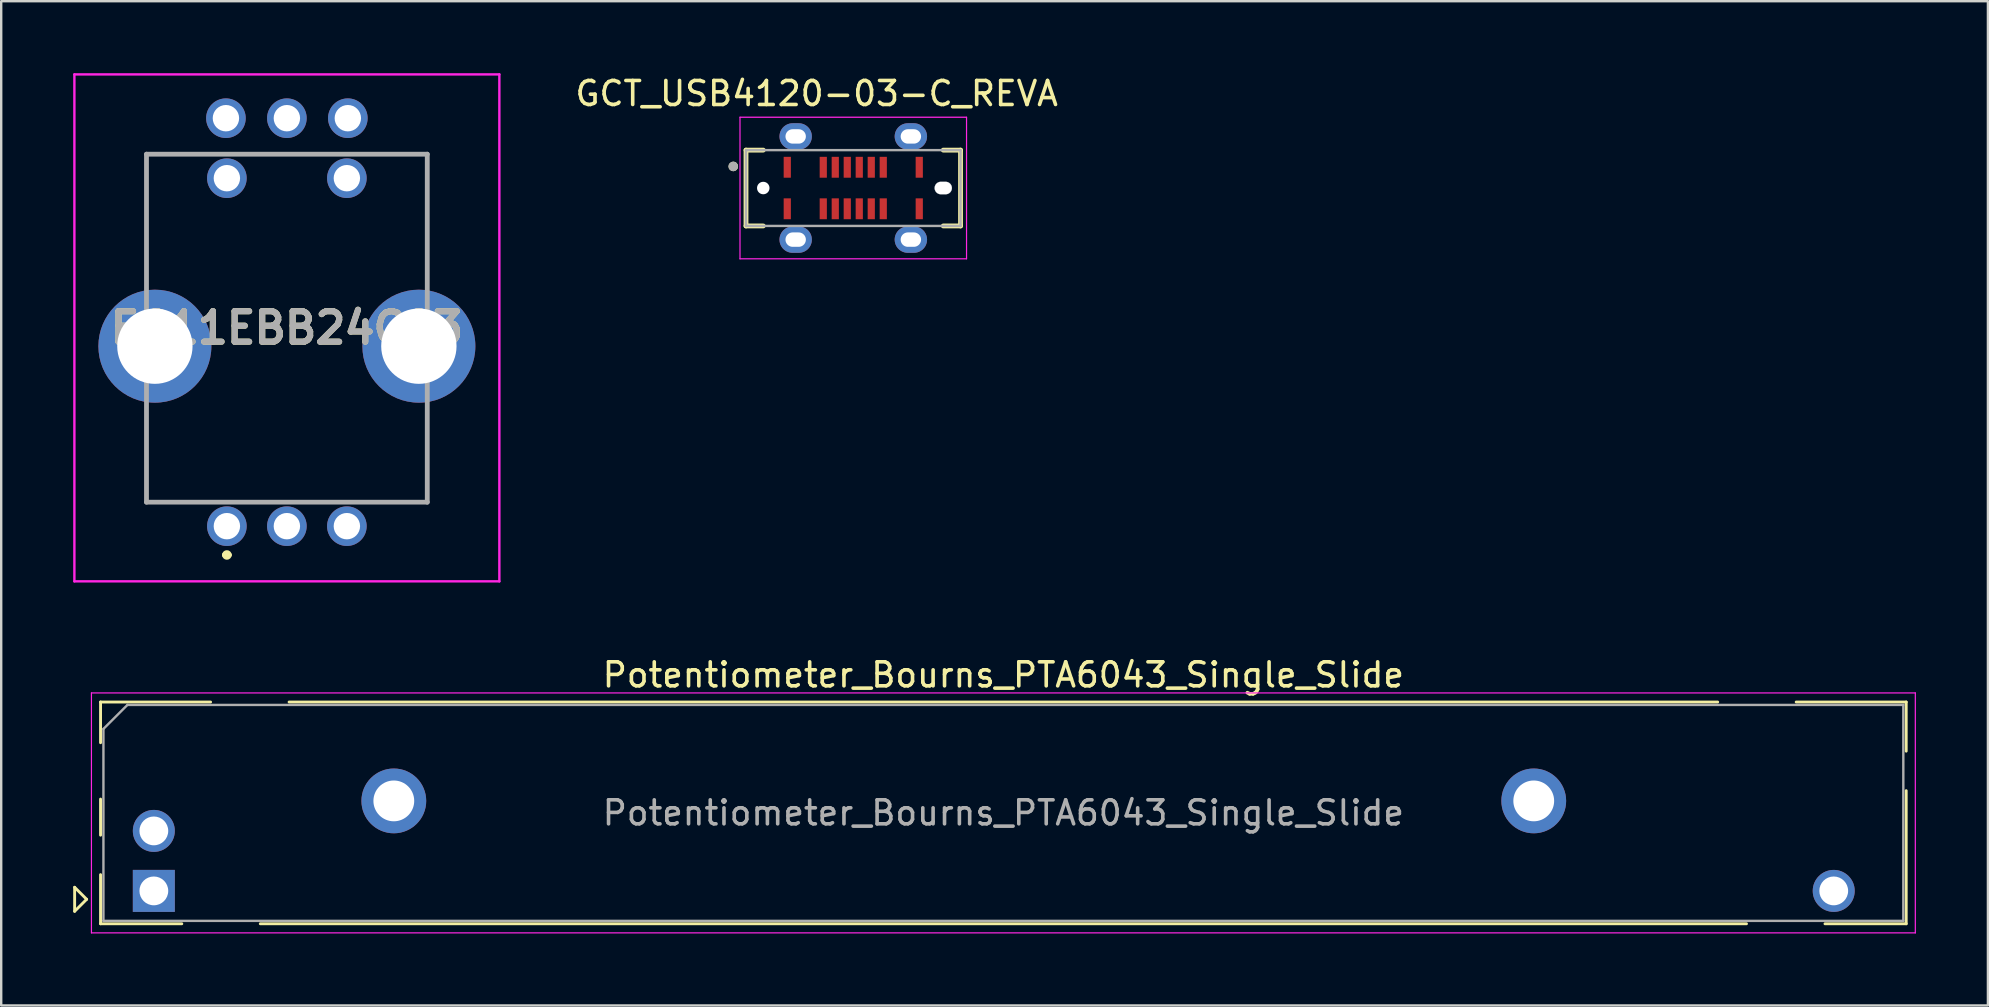
<source format=kicad_pcb>
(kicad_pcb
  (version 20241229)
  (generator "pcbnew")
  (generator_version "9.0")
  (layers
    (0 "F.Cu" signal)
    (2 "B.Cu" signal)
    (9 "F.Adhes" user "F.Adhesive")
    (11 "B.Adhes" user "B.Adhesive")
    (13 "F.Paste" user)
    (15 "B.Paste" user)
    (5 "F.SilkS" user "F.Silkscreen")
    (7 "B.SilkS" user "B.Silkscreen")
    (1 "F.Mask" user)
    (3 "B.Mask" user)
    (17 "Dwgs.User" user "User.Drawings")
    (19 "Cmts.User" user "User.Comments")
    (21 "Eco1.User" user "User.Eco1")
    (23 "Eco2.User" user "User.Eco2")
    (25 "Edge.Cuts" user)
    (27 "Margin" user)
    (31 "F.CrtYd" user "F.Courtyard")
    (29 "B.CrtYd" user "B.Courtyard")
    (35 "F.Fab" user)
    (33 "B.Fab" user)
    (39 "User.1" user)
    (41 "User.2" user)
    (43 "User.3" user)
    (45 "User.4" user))
  (footprint "GCT_USB4120-03-C_REVA"
    (layer "F.Cu")
    (at 32.505 4.785)
    (property "Reference" "GCT_USB4120-03-C_REVA" (at -1.524 -3.937 0) (layer "F.SilkS") (effects (font (size 1 1) (thickness 0.15))))
    (attr smd)
    (fp_line (start -4.47 -1.58) (end -4.47 1.58) (stroke (width 0.2) (type solid)) (layer "F.SilkS"))
    (fp_line (start -4.47 1.58) (end -3.75 1.58) (stroke (width 0.2) (type solid)) (layer "F.SilkS"))
    (fp_line (start -3.75 -1.58) (end -4.47 -1.58) (stroke (width 0.2) (type solid)) (layer "F.SilkS"))
    (fp_line (start 3.75 -1.58) (end 4.47 -1.58) (stroke (width 0.2) (type solid)) (layer "F.SilkS"))
    (fp_line (start 4.47 -1.58) (end 4.47 1.58) (stroke (width 0.2) (type solid)) (layer "F.SilkS"))
    (fp_line (start 4.47 1.58) (end 3.75 1.58) (stroke (width 0.2) (type solid)) (layer "F.SilkS"))
    (fp_circle (center -5 -0.9) (end -4.9 -0.9) (stroke (width 0.2) (type solid)) (fill no) (layer "F.SilkS"))
    (fp_line (start 3.65 -0.26) (end 3.85 -0.26) (stroke (width 0.01) (type solid)) (layer "Edge.Cuts"))
    (fp_line (start 3.85 0.26) (end 3.65 0.26) (stroke (width 0.01) (type solid)) (layer "Edge.Cuts"))
    (fp_arc (start 3.39 0) (mid 3.466152 -0.183848) (end 3.65 -0.26) (stroke (width 0.01) (type solid)) (layer "Edge.Cuts"))
    (fp_arc (start 3.65 0.26) (mid 3.466152 0.183848) (end 3.39 0) (stroke (width 0.01) (type solid)) (layer "Edge.Cuts"))
    (fp_arc (start 3.85 -0.26) (mid 4.033848 -0.183848) (end 4.11 0) (stroke (width 0.01) (type solid)) (layer "Edge.Cuts"))
    (fp_arc (start 4.11 0) (mid 4.033848 0.183848) (end 3.85 0.26) (stroke (width 0.01) (type solid)) (layer "Edge.Cuts"))
    (fp_line (start -4.72 -2.95) (end 4.72 -2.95) (stroke (width 0.05) (type solid)) (layer "F.CrtYd"))
    (fp_line (start -4.72 2.95) (end -4.72 -2.95) (stroke (width 0.05) (type solid)) (layer "F.CrtYd"))
    (fp_line (start 4.72 -2.95) (end 4.72 2.95) (stroke (width 0.05) (type solid)) (layer "F.CrtYd"))
    (fp_line (start 4.72 2.95) (end -4.72 2.95) (stroke (width 0.05) (type solid)) (layer "F.CrtYd"))
    (fp_line (start -4.47 -1.58) (end 4.47 -1.58) (stroke (width 0.1) (type solid)) (layer "F.Fab"))
    (fp_line (start -4.47 1.58) (end -4.47 -1.58) (stroke (width 0.1) (type solid)) (layer "F.Fab"))
    (fp_line (start 4.47 -1.58) (end 4.47 1.58) (stroke (width 0.1) (type solid)) (layer "F.Fab"))
    (fp_line (start 4.47 1.58) (end -4.47 1.58) (stroke (width 0.1) (type solid)) (layer "F.Fab"))
    (fp_circle (center -5 -0.9) (end -4.9 -0.9) (stroke (width 0.2) (type solid)) (fill no) (layer "F.Fab"))
    (pad "" np_thru_hole circle (at -3.75 0) (size 0.52 0.52) (drill 0.52) (layers "*.Cu" "*.Mask"))
    (pad "" np_thru_hole oval (at 3.75 0) (size 0.72 0.52) (drill oval 0.72 0.52) (layers "*.Cu" "*.Mask"))
    (pad "A1" smd rect (at -2.75 -0.865) (size 0.3 0.87) (layers "F.Cu" "F.Mask" "F.Paste"))
    (pad "A4" smd rect (at -1.25 -0.865) (size 0.3 0.87) (layers "F.Cu" "F.Mask" "F.Paste"))
    (pad "A5" smd rect (at -0.75 -0.865) (size 0.3 0.87) (layers "F.Cu" "F.Mask" "F.Paste"))
    (pad "A6" smd rect (at -0.25 -0.865) (size 0.3 0.87) (layers "F.Cu" "F.Mask" "F.Paste"))
    (pad "A7" smd rect (at 0.25 -0.865) (size 0.3 0.87) (layers "F.Cu" "F.Mask" "F.Paste"))
    (pad "A8" smd rect (at 0.75 -0.865) (size 0.3 0.87) (layers "F.Cu" "F.Mask" "F.Paste"))
    (pad "A9" smd rect (at 1.25 -0.865) (size 0.3 0.87) (layers "F.Cu" "F.Mask" "F.Paste"))
    (pad "A12" smd rect (at 2.75 -0.865) (size 0.3 0.87) (layers "F.Cu" "F.Mask" "F.Paste"))
    (pad "B1" smd rect (at 2.75 0.865) (size 0.3 0.87) (layers "F.Cu" "F.Mask" "F.Paste"))
    (pad "B4" smd rect (at 1.25 0.865) (size 0.3 0.87) (layers "F.Cu" "F.Mask" "F.Paste"))
    (pad "B5" smd rect (at 0.75 0.865) (size 0.3 0.87) (layers "F.Cu" "F.Mask" "F.Paste"))
    (pad "B6" smd rect (at 0.25 0.865) (size 0.3 0.87) (layers "F.Cu" "F.Mask" "F.Paste"))
    (pad "B7" smd rect (at -0.25 0.865) (size 0.3 0.87) (layers "F.Cu" "F.Mask" "F.Paste"))
    (pad "B8" smd rect (at -0.75 0.865) (size 0.3 0.87) (layers "F.Cu" "F.Mask" "F.Paste"))
    (pad "B9" smd rect (at -1.25 0.865) (size 0.3 0.87) (layers "F.Cu" "F.Mask" "F.Paste"))
    (pad "B12" smd rect (at -2.75 0.865) (size 0.3 0.87) (layers "F.Cu" "F.Mask" "F.Paste"))
    (pad "S1" thru_hole oval (at -2.4 -2.15) (size 1.35 1.1) (drill oval 0.85 0.6) (layers "*.Cu" "*.Mask"))
    (pad "S1" thru_hole oval (at -2.4 2.15) (size 1.35 1.1) (drill oval 0.85 0.6) (layers "*.Cu" "*.Mask"))
    (pad "S1" thru_hole oval (at 2.4 -2.15) (size 1.35 1.1) (drill oval 0.85 0.6) (layers "*.Cu" "*.Mask"))
    (pad "S1" thru_hole oval (at 2.4 2.15) (size 1.35 1.1) (drill oval 0.85 0.6) (layers "*.Cu" "*.Mask")))
  (footprint "Potentiometer_Bourns_PTA6043_Single_Slide"
    (layer "F.Cu")
    (at 38.36 30.323)
    (property "Reference" "Potentiometer_Bourns_PTA6043_Single_Slide" (at 0.4 -5.25 0) (layer "F.SilkS") (effects (font (size 1 1) (thickness 0.15))))
    (attr through_hole)
    (fp_line (start -38.3 3.6) (end -38.3 4.6) (stroke (width 0.12) (type solid)) (layer "F.SilkS"))
    (fp_line (start -38.3 4.6) (end -37.8 4.1) (stroke (width 0.12) (type solid)) (layer "F.SilkS"))
    (fp_line (start -37.8 4.1) (end -38.3 3.6) (stroke (width 0.12) (type solid)) (layer "F.SilkS"))
    (fp_line (start -37.22 -4.12) (end -37.22 -2.425) (stroke (width 0.12) (type solid)) (layer "F.SilkS"))
    (fp_line (start -37.22 -4.12) (end -32.635 -4.12) (stroke (width 0.12) (type solid)) (layer "F.SilkS"))
    (fp_line (start -37.22 -0.075) (end -37.22 1.428) (stroke (width 0.12) (type solid)) (layer "F.SilkS"))
    (fp_line (start -37.22 3.073) (end -37.22 5.12) (stroke (width 0.12) (type solid)) (layer "F.SilkS"))
    (fp_line (start -37.22 5.12) (end -33.835 5.12) (stroke (width 0.12) (type solid)) (layer "F.SilkS"))
    (fp_line (start -30.564 5.12) (end 31.365 5.12) (stroke (width 0.12) (type solid)) (layer "F.SilkS"))
    (fp_line (start -29.364 -4.12) (end 30.165 -4.12) (stroke (width 0.12) (type solid)) (layer "F.SilkS"))
    (fp_line (start 33.436 -4.12) (end 38.02 -4.12) (stroke (width 0.12) (type solid)) (layer "F.SilkS"))
    (fp_line (start 34.636 5.12) (end 38.02 5.12) (stroke (width 0.12) (type solid)) (layer "F.SilkS"))
    (fp_line (start 38.02 -4.12) (end 38.02 -2.073) (stroke (width 0.12) (type solid)) (layer "F.SilkS"))
    (fp_line (start 38.02 -0.427) (end 38.02 5.12) (stroke (width 0.12) (type solid)) (layer "F.SilkS"))
    (fp_line (start -37.6 -4.5) (end -37.6 5.5) (stroke (width 0.05) (type solid)) (layer "F.CrtYd"))
    (fp_line (start -37.6 5.5) (end 38.4 5.5) (stroke (width 0.05) (type solid)) (layer "F.CrtYd"))
    (fp_line (start 38.4 -4.5) (end -37.6 -4.5) (stroke (width 0.05) (type solid)) (layer "F.CrtYd"))
    (fp_line (start 38.4 5.5) (end 38.4 -4.5) (stroke (width 0.05) (type solid)) (layer "F.CrtYd"))
    (fp_line (start -37.1 -3) (end -36.1 -4) (stroke (width 0.1) (type solid)) (layer "F.Fab"))
    (fp_line (start -37.1 5) (end -37.1 -3) (stroke (width 0.1) (type solid)) (layer "F.Fab"))
    (fp_line (start -36.1 -4) (end 37.9 -4) (stroke (width 0.1) (type solid)) (layer "F.Fab"))
    (fp_line (start 37.9 -4) (end 37.9 5) (stroke (width 0.1) (type solid)) (layer "F.Fab"))
    (fp_line (start 37.9 5) (end -37.1 5) (stroke (width 0.1) (type solid)) (layer "F.Fab"))
    (fp_text user "${REFERENCE}" (at 0.4 0.5 0) (layer "F.Fab") (effects (font (size 1 1) (thickness 0.15))))
    (pad "1" thru_hole rect (at -35 3.75) (size 1.75 1.75) (drill 1.2) (layers "*.Cu" "*.Mask"))
    (pad "2" thru_hole circle (at -35 1.25) (size 1.75 1.75) (drill 1.2) (layers "*.Cu" "*.Mask"))
    (pad "3" thru_hole circle (at 35 3.75) (size 1.75 1.75) (drill 1.2) (layers "*.Cu" "*.Mask"))
    (pad "MP" thru_hole circle (at -25 0) (size 2.7 2.7) (drill 1.7) (layers "*.Cu" "*.Mask"))
    (pad "MP" thru_hole circle (at 22.5 0) (size 2.7 2.7) (drill 1.7) (layers "*.Cu" "*.Mask")))
  (footprint "EC11EBB24C03"
    (layer "F.Cu")
    (at 6.404 18.875)
    (property "Reference" "EC11EBB24C03" (at 2.5 -8.262 0) (layer "F.SilkS") (effects (font (size 1.27 1.27) (thickness 0.254))))
    (attr through_hole)
    (fp_line (start -3.35 -15.5) (end 8.35 -15.5) (stroke (width 0.1) (type solid)) (layer "F.SilkS"))
    (fp_line (start -3.35 -10.5) (end -3.35 -15.5) (stroke (width 0.1) (type solid)) (layer "F.SilkS"))
    (fp_line (start -3.35 -4.5) (end -3.35 -1) (stroke (width 0.1) (type solid)) (layer "F.SilkS"))
    (fp_line (start -3.35 -1) (end 8.35 -1) (stroke (width 0.1) (type solid)) (layer "F.SilkS"))
    (fp_line (start -0.1 1.2) (end -0.1 1.2) (stroke (width 0.2) (type solid)) (layer "F.SilkS"))
    (fp_line (start 0.1 1.2) (end 0.1 1.2) (stroke (width 0.2) (type solid)) (layer "F.SilkS"))
    (fp_line (start 8.35 -15.5) (end 8.35 -10.5) (stroke (width 0.1) (type solid)) (layer "F.SilkS"))
    (fp_line (start 8.35 -1) (end 8.35 -4.5) (stroke (width 0.1) (type solid)) (layer "F.SilkS"))
    (fp_arc (start -0.1 1.2) (mid 0 1.1) (end 0.1 1.2) (stroke (width 0.2) (type solid)) (layer "F.SilkS"))
    (fp_arc (start 0.1 1.2) (mid 0 1.3) (end -0.1 1.2) (stroke (width 0.2) (type solid)) (layer "F.SilkS"))
    (fp_line (start -6.354 -18.825) (end 11.354 -18.825) (stroke (width 0.1) (type solid)) (layer "F.CrtYd"))
    (fp_line (start -6.354 2.3) (end -6.354 -18.825) (stroke (width 0.1) (type solid)) (layer "F.CrtYd"))
    (fp_line (start 11.354 -18.825) (end 11.354 2.3) (stroke (width 0.1) (type solid)) (layer "F.CrtYd"))
    (fp_line (start 11.354 2.3) (end -6.354 2.3) (stroke (width 0.1) (type solid)) (layer "F.CrtYd"))
    (fp_line (start -3.35 -15.5) (end 8.35 -15.5) (stroke (width 0.2) (type solid)) (layer "F.Fab"))
    (fp_line (start -3.35 -1) (end -3.35 -15.5) (stroke (width 0.2) (type solid)) (layer "F.Fab"))
    (fp_line (start 8.35 -15.5) (end 8.35 -1) (stroke (width 0.2) (type solid)) (layer "F.Fab"))
    (fp_line (start 8.35 -1) (end -3.35 -1) (stroke (width 0.2) (type solid)) (layer "F.Fab"))
    (fp_text user "${REFERENCE}" (at 2.5 -8.262 0) (layer "F.Fab") (effects (font (size 1.27 1.27) (thickness 0.254))))
    (pad "A1" thru_hole circle (at 0 0) (size 1.65 1.65) (drill 1.1) (layers "*.Cu" "*.Mask"))
    (pad "A2" thru_hole circle (at -0.04 -17) (size 1.65 1.65) (drill 1.1) (layers "*.Cu" "*.Mask"))
    (pad "B1" thru_hole circle (at 5 0) (size 1.65 1.65) (drill 1.1) (layers "*.Cu" "*.Mask"))
    (pad "B2" thru_hole circle (at 5.04 -17) (size 1.65 1.65) (drill 1.1) (layers "*.Cu" "*.Mask"))
    (pad "C1" thru_hole circle (at 2.5 0) (size 1.65 1.65) (drill 1.1) (layers "*.Cu" "*.Mask"))
    (pad "C2" thru_hole circle (at 2.5 -17) (size 1.65 1.65) (drill 1.1) (layers "*.Cu" "*.Mask"))
    (pad "D1" thru_hole circle (at 0 -14.5) (size 1.65 1.65) (drill 1.1) (layers "*.Cu" "*.Mask"))
    (pad "E1" thru_hole circle (at 5 -14.5) (size 1.65 1.65) (drill 1.1) (layers "*.Cu" "*.Mask"))
    (pad "MH1" thru_hole circle (at -3 -7.5) (size 4.708 4.708) (drill 3.139) (layers "*.Cu" "*.Mask"))
    (pad "MH2" thru_hole circle (at 8 -7.5) (size 4.708 4.708) (drill 3.139) (layers "*.Cu" "*.Mask")))
  (gr_rect
    (start -3 -3)
    (end 79.785 38.848)
    (stroke (width 0.1) (type default))
    (fill no)
    (layer "Edge.Cuts")))
</source>
